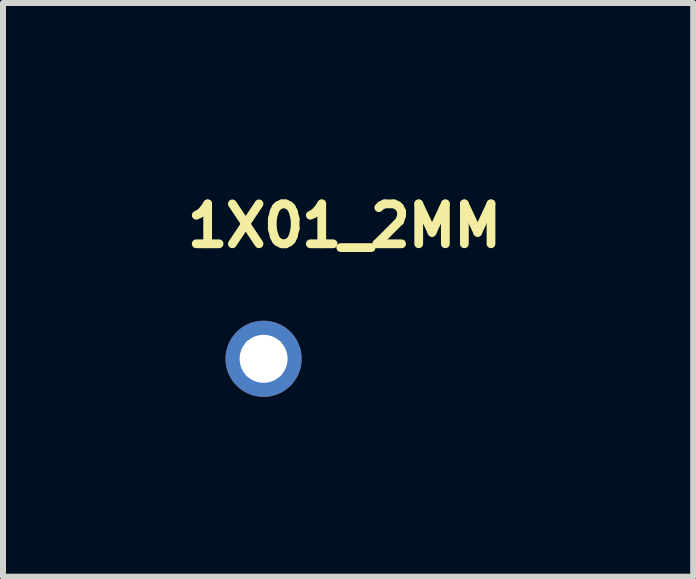
<source format=kicad_pcb>
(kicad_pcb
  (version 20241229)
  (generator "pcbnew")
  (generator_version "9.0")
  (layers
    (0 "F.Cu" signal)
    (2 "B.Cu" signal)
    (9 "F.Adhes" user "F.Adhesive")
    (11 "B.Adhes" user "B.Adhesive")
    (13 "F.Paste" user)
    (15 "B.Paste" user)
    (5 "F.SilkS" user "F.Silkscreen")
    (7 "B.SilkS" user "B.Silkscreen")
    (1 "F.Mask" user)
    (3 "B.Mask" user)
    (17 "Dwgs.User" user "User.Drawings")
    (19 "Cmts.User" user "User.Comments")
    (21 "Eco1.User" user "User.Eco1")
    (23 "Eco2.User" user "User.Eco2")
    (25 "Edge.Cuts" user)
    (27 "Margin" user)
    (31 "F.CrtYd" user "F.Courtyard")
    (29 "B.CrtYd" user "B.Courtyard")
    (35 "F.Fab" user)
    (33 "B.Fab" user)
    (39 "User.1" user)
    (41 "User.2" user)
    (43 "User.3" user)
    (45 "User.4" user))
  (footprint "1X01_2MM"
    (layer "F.Cu")
    (at 1.346 2.934)
    (property "Reference" "1X01_2MM" (at -1.346 -1.829 0) (unlocked yes) (layer "F.SilkS") (effects (font (size 0.666 0.666) (thickness 0.146)) (justify left bottom)))
    (fp_poly (pts (xy -0.254 0.254) (xy 0.254 0.254) (xy 0.254 -0.254) (xy -0.254 -0.254)) (stroke (width 0.1) (type default)) (fill no) (layer "F.Fab"))
    (pad "1" thru_hole circle (at 0 0 90) (size 1.27 1.27) (drill 0.8) (layers "*.Cu" "*.Mask")))
  (gr_rect
    (start -3 -3)
    (end 8.511 6.569)
    (stroke (width 0.1) (type default))
    (fill no)
    (layer "Edge.Cuts")))
</source>
